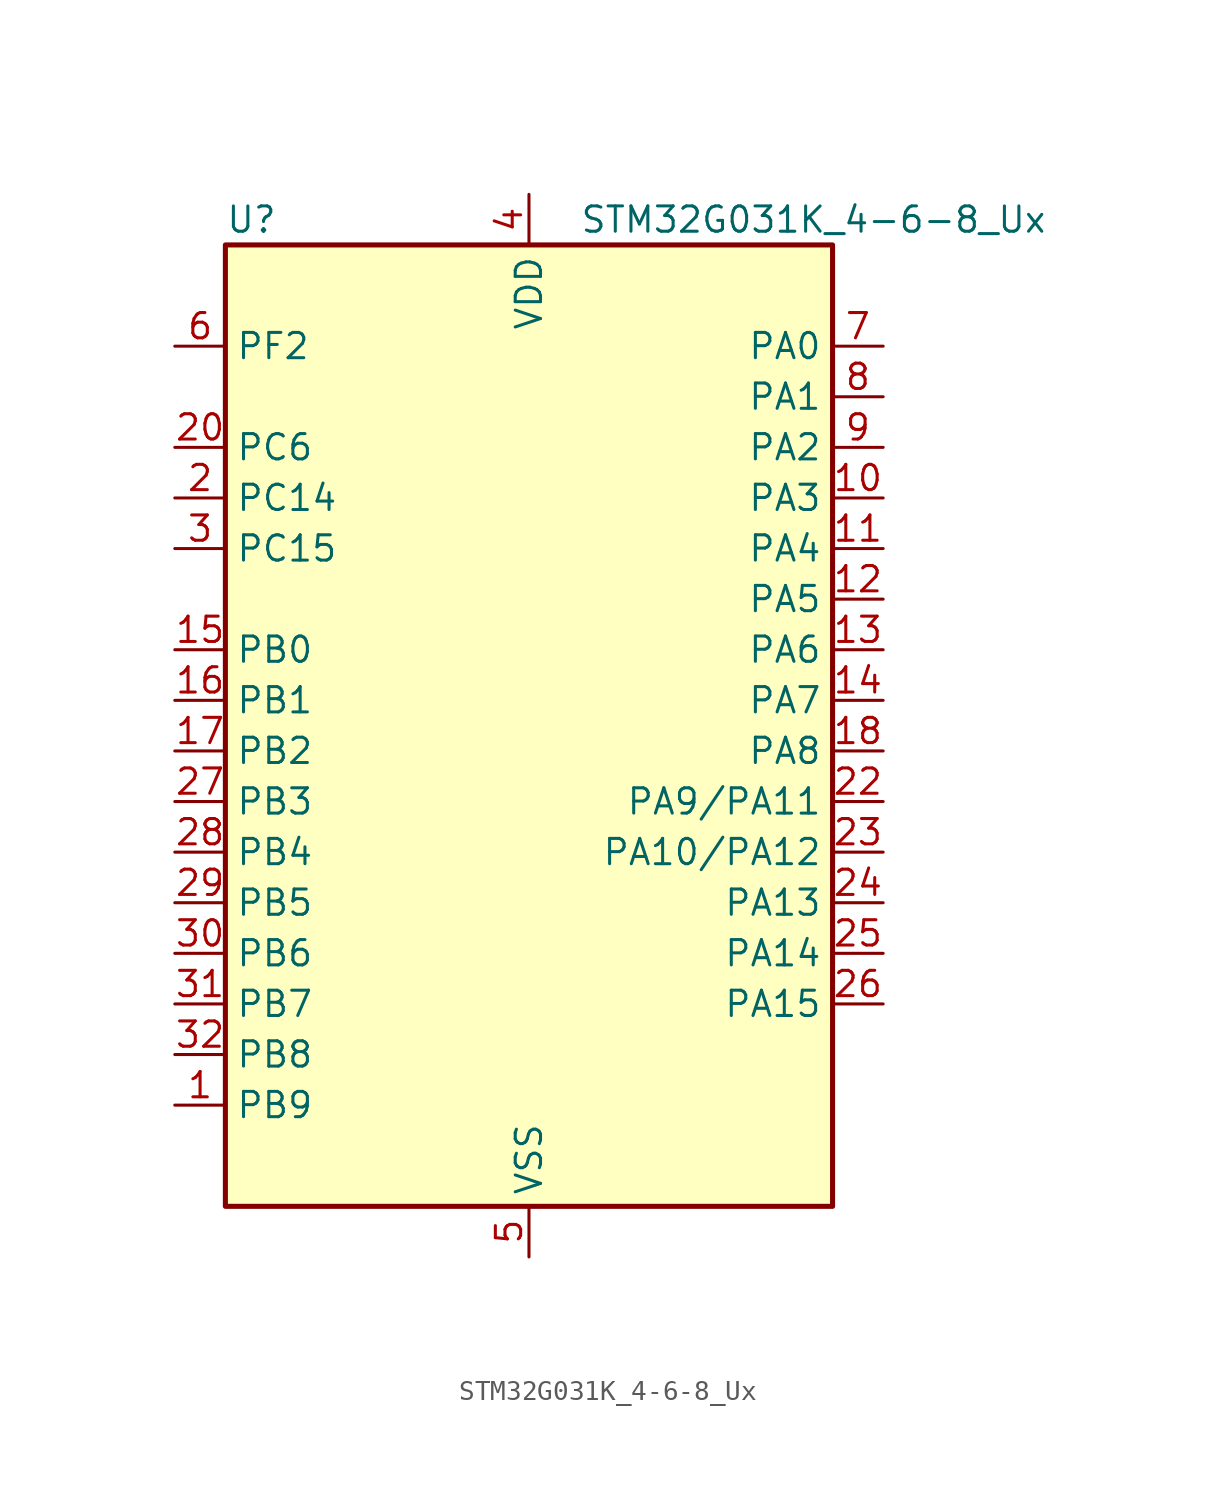
<source format=kicad_sym>
(kicad_symbol_lib
  (version 20231120)
  (generator "kicad-library-utils")
  (generator_version "8.0")
  (symbol "STM32G031K_4-6-8_Ux"
    (property "Reference" "U"
      (at -15.24 26.67 0)
      (effects (font (size 1.27 1.27)) (justify left)))
    (property "Value" "STM32G031K_4-6-8_Ux"
      (at 2.54 26.67 0)
      (effects (font (size 1.27 1.27)) (justify left)))
    (symbol "STM32G031K_4-6-8_Ux_0_1"
      (rectangle (start -15.24 -22.86) (end 15.24 25.4) (stroke (width 0.254) (type default)) (fill (type background))))
    (symbol "STM32G031K_4-6-8_Ux_1_1"
      (pin bidirectional line (at -17.78 -17.78 0) (length 2.54) (name "PB9" (effects (font (size 1.27 1.27)))) (number "1" (effects (font (size 1.27 1.27)))) (alternate "I2C1_SDA" bidirectional line) (alternate "IR_OUT" bidirectional line) (alternate "SPI2_NSS" bidirectional line) (alternate "TIM17_CH1" bidirectional line))
      (pin bidirectional line (at 17.78 12.7 180) (length 2.54) (name "PA3" (effects (font (size 1.27 1.27)))) (number "10" (effects (font (size 1.27 1.27)))) (alternate "ADC1_IN3" bidirectional line) (alternate "LPUART1_RX" bidirectional line) (alternate "SPI2_MISO" bidirectional line) (alternate "TIM2_CH4" bidirectional line) (alternate "USART2_RX" bidirectional line))
      (pin bidirectional line (at 17.78 10.16 180) (length 2.54) (name "PA4" (effects (font (size 1.27 1.27)))) (number "11" (effects (font (size 1.27 1.27)))) (alternate "ADC1_IN4" bidirectional line) (alternate "I2S1_WS" bidirectional line) (alternate "LPTIM2_OUT" bidirectional line) (alternate "RTC_OUT_ALARM" bidirectional line) (alternate "RTC_OUT_CALIB" bidirectional line) (alternate "RTC_TAMP_IN1" bidirectional line) (alternate "RTC_TS" bidirectional line) (alternate "SPI1_NSS" bidirectional line) (alternate "SPI2_MOSI" bidirectional line) (alternate "SYS_WKUP2" bidirectional line) (alternate "TIM14_CH1" bidirectional line))
      (pin bidirectional line (at 17.78 7.62 180) (length 2.54) (name "PA5" (effects (font (size 1.27 1.27)))) (number "12" (effects (font (size 1.27 1.27)))) (alternate "ADC1_IN5" bidirectional line) (alternate "I2S1_CK" bidirectional line) (alternate "LPTIM2_ETR" bidirectional line) (alternate "SPI1_SCK" bidirectional line) (alternate "TIM2_CH1" bidirectional line) (alternate "TIM2_ETR" bidirectional line))
      (pin bidirectional line (at 17.78 5.08 180) (length 2.54) (name "PA6" (effects (font (size 1.27 1.27)))) (number "13" (effects (font (size 1.27 1.27)))) (alternate "ADC1_IN6" bidirectional line) (alternate "I2S1_MCK" bidirectional line) (alternate "LPUART1_CTS" bidirectional line) (alternate "SPI1_MISO" bidirectional line) (alternate "TIM16_CH1" bidirectional line) (alternate "TIM1_BK" bidirectional line) (alternate "TIM3_CH1" bidirectional line))
      (pin bidirectional line (at 17.78 2.54 180) (length 2.54) (name "PA7" (effects (font (size 1.27 1.27)))) (number "14" (effects (font (size 1.27 1.27)))) (alternate "ADC1_IN7" bidirectional line) (alternate "I2S1_SD" bidirectional line) (alternate "SPI1_MOSI" bidirectional line) (alternate "TIM14_CH1" bidirectional line) (alternate "TIM17_CH1" bidirectional line) (alternate "TIM1_CH1N" bidirectional line) (alternate "TIM3_CH2" bidirectional line))
      (pin bidirectional line (at -17.78 5.08 0) (length 2.54) (name "PB0" (effects (font (size 1.27 1.27)))) (number "15" (effects (font (size 1.27 1.27)))) (alternate "ADC1_IN8" bidirectional line) (alternate "I2S1_WS" bidirectional line) (alternate "LPTIM1_OUT" bidirectional line) (alternate "SPI1_NSS" bidirectional line) (alternate "TIM1_CH2N" bidirectional line) (alternate "TIM3_CH3" bidirectional line))
      (pin bidirectional line (at -17.78 2.54 0) (length 2.54) (name "PB1" (effects (font (size 1.27 1.27)))) (number "16" (effects (font (size 1.27 1.27)))) (alternate "ADC1_IN9" bidirectional line) (alternate "LPTIM2_IN1" bidirectional line) (alternate "LPUART1_DE" bidirectional line) (alternate "LPUART1_RTS" bidirectional line) (alternate "TIM14_CH1" bidirectional line) (alternate "TIM1_CH3N" bidirectional line) (alternate "TIM3_CH4" bidirectional line))
      (pin bidirectional line (at -17.78 0 0) (length 2.54) (name "PB2" (effects (font (size 1.27 1.27)))) (number "17" (effects (font (size 1.27 1.27)))) (alternate "ADC1_IN10" bidirectional line) (alternate "LPTIM1_OUT" bidirectional line) (alternate "SPI2_MISO" bidirectional line))
      (pin bidirectional line (at 17.78 0 180) (length 2.54) (name "PA8" (effects (font (size 1.27 1.27)))) (number "18" (effects (font (size 1.27 1.27)))) (alternate "LPTIM2_OUT" bidirectional line) (alternate "RCC_MCO" bidirectional line) (alternate "SPI2_NSS" bidirectional line) (alternate "TIM1_CH1" bidirectional line))
      (pin no_connect line (at -15.24 -22.86 0) (length 2.54) hide (name "NC/PA9" (effects (font (size 1.27 1.27)))) (number "19" (effects (font (size 1.27 1.27)))) (alternate "NC" bidirectional line) (alternate "PA9" bidirectional line) (alternate "I2C1_SCL (PA9)" bidirectional line) (alternate "RCC_MCO (PA9)" bidirectional line) (alternate "SPI2_MISO (PA9)" bidirectional line) (alternate "TIM1_CH2 (PA9)" bidirectional line) (alternate "USART1_TX (PA9)" bidirectional line))
      (pin bidirectional line (at -17.78 12.7 0) (length 2.54) (name "PC14" (effects (font (size 1.27 1.27)))) (number "2" (effects (font (size 1.27 1.27)))) (alternate "RCC_OSC32_IN" bidirectional line) (alternate "RCC_OSC_IN" bidirectional line) (alternate "TIM1_BK2" bidirectional line))
      (pin bidirectional line (at -17.78 15.24 0) (length 2.54) (name "PC6" (effects (font (size 1.27 1.27)))) (number "20" (effects (font (size 1.27 1.27)))) (alternate "TIM2_CH3" bidirectional line) (alternate "TIM3_CH1" bidirectional line))
      (pin no_connect line (at -15.24 -20.32 0) (length 2.54) hide (name "NC/PA10" (effects (font (size 1.27 1.27)))) (number "21" (effects (font (size 1.27 1.27)))) (alternate "NC" bidirectional line) (alternate "PA10" bidirectional line) (alternate "I2C1_SDA (PA10)" bidirectional line) (alternate "SPI2_MOSI (PA10)" bidirectional line) (alternate "TIM17_BK (PA10)" bidirectional line) (alternate "TIM1_CH3 (PA10)" bidirectional line) (alternate "USART1_RX (PA10)" bidirectional line))
      (pin bidirectional line (at 17.78 -2.54 180) (length 2.54) (name "PA9/PA11" (effects (font (size 1.27 1.27)))) (number "22" (effects (font (size 1.27 1.27)))) (alternate "PA9" bidirectional line) (alternate "I2C1_SCL (PA9)" bidirectional line) (alternate "RCC_MCO (PA9)" bidirectional line) (alternate "SPI2_MISO (PA9)" bidirectional line) (alternate "TIM1_CH2 (PA9)" bidirectional line) (alternate "USART1_TX (PA9)" bidirectional line) (alternate "PA11" bidirectional line) (alternate "ADC1_EXTI11 (PA11)" bidirectional line) (alternate "ADC1_IN15 (PA11)" bidirectional line) (alternate "I2C2_SCL (PA11)" bidirectional line) (alternate "I2S1_MCK (PA11)" bidirectional line) (alternate "SPI1_MISO (PA11)" bidirectional line) (alternate "TIM1_BK2 (PA11)" bidirectional line) (alternate "TIM1_CH4 (PA11)" bidirectional line) (alternate "USART1_CTS (PA11)" bidirectional line) (alternate "USART1_NSS (PA11)" bidirectional line))
      (pin bidirectional line (at 17.78 -5.08 180) (length 2.54) (name "PA10/PA12" (effects (font (size 1.27 1.27)))) (number "23" (effects (font (size 1.27 1.27)))) (alternate "PA10" bidirectional line) (alternate "I2C1_SDA (PA10)" bidirectional line) (alternate "SPI2_MOSI (PA10)" bidirectional line) (alternate "TIM17_BK (PA10)" bidirectional line) (alternate "TIM1_CH3 (PA10)" bidirectional line) (alternate "USART1_RX (PA10)" bidirectional line) (alternate "PA12" bidirectional line) (alternate "ADC1_IN16 (PA12)" bidirectional line) (alternate "I2C2_SDA (PA12)" bidirectional line) (alternate "I2S1_SD (PA12)" bidirectional line) (alternate "I2S_CKIN (PA12)" bidirectional line) (alternate "SPI1_MOSI (PA12)" bidirectional line) (alternate "TIM1_ETR (PA12)" bidirectional line) (alternate "USART1_CK (PA12)" bidirectional line) (alternate "USART1_DE (PA12)" bidirectional line) (alternate "USART1_RTS (PA12)" bidirectional line))
      (pin bidirectional line (at 17.78 -7.62 180) (length 2.54) (name "PA13" (effects (font (size 1.27 1.27)))) (number "24" (effects (font (size 1.27 1.27)))) (alternate "ADC1_IN17" bidirectional line) (alternate "IR_OUT" bidirectional line) (alternate "SYS_SWDIO" bidirectional line))
      (pin bidirectional line (at 17.78 -10.16 180) (length 2.54) (name "PA14" (effects (font (size 1.27 1.27)))) (number "25" (effects (font (size 1.27 1.27)))) (alternate "ADC1_IN18" bidirectional line) (alternate "SYS_SWCLK" bidirectional line) (alternate "USART2_TX" bidirectional line))
      (pin bidirectional line (at 17.78 -12.7 180) (length 2.54) (name "PA15" (effects (font (size 1.27 1.27)))) (number "26" (effects (font (size 1.27 1.27)))) (alternate "I2S1_WS" bidirectional line) (alternate "SPI1_NSS" bidirectional line) (alternate "TIM2_CH1" bidirectional line) (alternate "TIM2_ETR" bidirectional line) (alternate "USART2_RX" bidirectional line))
      (pin bidirectional line (at -17.78 -2.54 0) (length 2.54) (name "PB3" (effects (font (size 1.27 1.27)))) (number "27" (effects (font (size 1.27 1.27)))) (alternate "I2S1_CK" bidirectional line) (alternate "SPI1_SCK" bidirectional line) (alternate "TIM1_CH2" bidirectional line) (alternate "TIM2_CH2" bidirectional line) (alternate "USART1_CK" bidirectional line) (alternate "USART1_DE" bidirectional line) (alternate "USART1_RTS" bidirectional line))
      (pin bidirectional line (at -17.78 -5.08 0) (length 2.54) (name "PB4" (effects (font (size 1.27 1.27)))) (number "28" (effects (font (size 1.27 1.27)))) (alternate "I2S1_MCK" bidirectional line) (alternate "SPI1_MISO" bidirectional line) (alternate "TIM17_BK" bidirectional line) (alternate "TIM3_CH1" bidirectional line) (alternate "USART1_CTS" bidirectional line) (alternate "USART1_NSS" bidirectional line))
      (pin bidirectional line (at -17.78 -7.62 0) (length 2.54) (name "PB5" (effects (font (size 1.27 1.27)))) (number "29" (effects (font (size 1.27 1.27)))) (alternate "I2C1_SMBA" bidirectional line) (alternate "I2S1_SD" bidirectional line) (alternate "LPTIM1_IN1" bidirectional line) (alternate "SPI1_MOSI" bidirectional line) (alternate "SYS_WKUP6" bidirectional line) (alternate "TIM16_BK" bidirectional line) (alternate "TIM3_CH2" bidirectional line))
      (pin bidirectional line (at -17.78 10.16 0) (length 2.54) (name "PC15" (effects (font (size 1.27 1.27)))) (number "3" (effects (font (size 1.27 1.27)))) (alternate "RCC_OSC32_EN" bidirectional line) (alternate "RCC_OSC32_OUT" bidirectional line) (alternate "RCC_OSC_EN" bidirectional line))
      (pin bidirectional line (at -17.78 -10.16 0) (length 2.54) (name "PB6" (effects (font (size 1.27 1.27)))) (number "30" (effects (font (size 1.27 1.27)))) (alternate "I2C1_SCL" bidirectional line) (alternate "LPTIM1_ETR" bidirectional line) (alternate "SPI2_MISO" bidirectional line) (alternate "TIM16_CH1N" bidirectional line) (alternate "TIM1_CH3" bidirectional line) (alternate "USART1_TX" bidirectional line))
      (pin bidirectional line (at -17.78 -12.7 0) (length 2.54) (name "PB7" (effects (font (size 1.27 1.27)))) (number "31" (effects (font (size 1.27 1.27)))) (alternate "ADC1_IN11" bidirectional line) (alternate "I2C1_SDA" bidirectional line) (alternate "LPTIM1_IN2" bidirectional line) (alternate "SPI2_MOSI" bidirectional line) (alternate "SYS_PVD_IN" bidirectional line) (alternate "TIM17_CH1N" bidirectional line) (alternate "USART1_RX" bidirectional line))
      (pin bidirectional line (at -17.78 -15.24 0) (length 2.54) (name "PB8" (effects (font (size 1.27 1.27)))) (number "32" (effects (font (size 1.27 1.27)))) (alternate "I2C1_SCL" bidirectional line) (alternate "SPI2_SCK" bidirectional line) (alternate "TIM16_CH1" bidirectional line))
      (pin passive line (at 0 -25.4 90) (length 2.54) hide (name "VSS" (effects (font (size 1.27 1.27)))) (number "33" (effects (font (size 1.27 1.27)))))
      (pin power_in line (at 0 27.94 270) (length 2.54) (name "VDD" (effects (font (size 1.27 1.27)))) (number "4" (effects (font (size 1.27 1.27)))))
      (pin power_in line (at 0 -25.4 90) (length 2.54) (name "VSS" (effects (font (size 1.27 1.27)))) (number "5" (effects (font (size 1.27 1.27)))))
      (pin bidirectional line (at -17.78 20.32 0) (length 2.54) (name "PF2" (effects (font (size 1.27 1.27)))) (number "6" (effects (font (size 1.27 1.27)))) (alternate "RCC_MCO" bidirectional line))
      (pin bidirectional line (at 17.78 20.32 180) (length 2.54) (name "PA0" (effects (font (size 1.27 1.27)))) (number "7" (effects (font (size 1.27 1.27)))) (alternate "ADC1_IN0" bidirectional line) (alternate "LPTIM1_OUT" bidirectional line) (alternate "RTC_TAMP_IN2" bidirectional line) (alternate "SPI2_SCK" bidirectional line) (alternate "SYS_WKUP1" bidirectional line) (alternate "TIM2_CH1" bidirectional line) (alternate "TIM2_ETR" bidirectional line) (alternate "USART2_CTS" bidirectional line) (alternate "USART2_NSS" bidirectional line))
      (pin bidirectional line (at 17.78 17.78 180) (length 2.54) (name "PA1" (effects (font (size 1.27 1.27)))) (number "8" (effects (font (size 1.27 1.27)))) (alternate "ADC1_IN1" bidirectional line) (alternate "I2C1_SMBA" bidirectional line) (alternate "I2S1_CK" bidirectional line) (alternate "SPI1_SCK" bidirectional line) (alternate "TIM2_CH2" bidirectional line) (alternate "USART2_CK" bidirectional line) (alternate "USART2_DE" bidirectional line) (alternate "USART2_RTS" bidirectional line))
      (pin bidirectional line (at 17.78 15.24 180) (length 2.54) (name "PA2" (effects (font (size 1.27 1.27)))) (number "9" (effects (font (size 1.27 1.27)))) (alternate "ADC1_IN2" bidirectional line) (alternate "I2S1_SD" bidirectional line) (alternate "LPUART1_TX" bidirectional line) (alternate "RCC_LSCO" bidirectional line) (alternate "SPI1_MOSI" bidirectional line) (alternate "SYS_WKUP4" bidirectional line) (alternate "TIM2_CH3" bidirectional line) (alternate "USART2_TX" bidirectional line)))))
</source>
